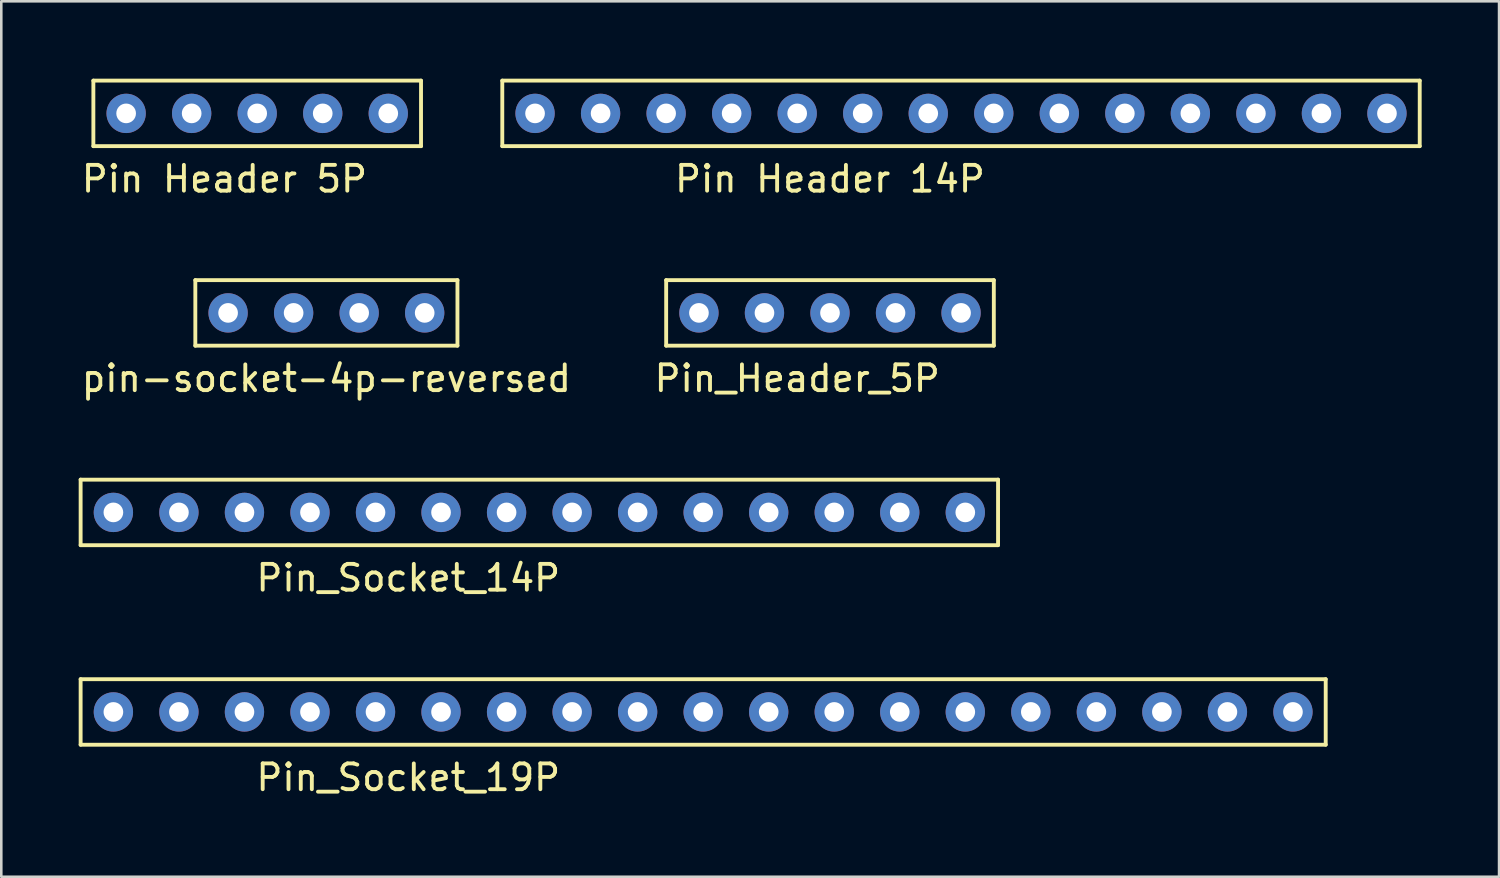
<source format=kicad_pcb>
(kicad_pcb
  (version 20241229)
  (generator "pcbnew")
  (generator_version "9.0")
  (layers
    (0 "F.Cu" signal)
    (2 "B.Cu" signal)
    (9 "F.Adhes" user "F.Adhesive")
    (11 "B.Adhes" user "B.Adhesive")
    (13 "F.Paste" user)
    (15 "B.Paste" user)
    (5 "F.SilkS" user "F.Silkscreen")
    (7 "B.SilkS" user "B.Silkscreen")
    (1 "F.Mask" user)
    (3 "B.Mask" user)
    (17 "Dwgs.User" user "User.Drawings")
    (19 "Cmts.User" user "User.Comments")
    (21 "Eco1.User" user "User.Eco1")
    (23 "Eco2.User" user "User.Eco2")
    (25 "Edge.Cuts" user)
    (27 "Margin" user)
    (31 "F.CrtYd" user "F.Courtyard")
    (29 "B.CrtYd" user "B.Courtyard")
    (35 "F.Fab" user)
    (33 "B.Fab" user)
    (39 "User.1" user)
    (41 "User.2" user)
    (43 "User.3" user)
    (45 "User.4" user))
  (footprint "Pin_Socket_19P"
    (layer "F.Cu")
    (at 24.205 24.545)
    (property "Reference" "Pin_Socket_19P" (at -11.43 2.54 0) (layer "F.SilkS") (effects (font (size 1 1) (thickness 0.15))))
    (attr through_hole)
    (fp_line (start -24.13 -1.27) (end -24.13 1.27) (stroke (width 0.15) (type solid)) (layer "F.SilkS"))
    (fp_line (start -24.13 -1.27) (end 24.13 -1.27) (stroke (width 0.15) (type solid)) (layer "F.SilkS"))
    (fp_line (start -24.13 1.27) (end 24.13 1.27) (stroke (width 0.15) (type solid)) (layer "F.SilkS"))
    (fp_line (start 24.13 -1.27) (end 24.13 1.27) (stroke (width 0.15) (type solid)) (layer "F.SilkS"))
    (pad "1" thru_hole circle (at -22.86 0) (size 1.524 1.524) (drill 0.762) (layers "*.Cu" "*.Mask"))
    (pad "2" thru_hole circle (at -20.32 0) (size 1.524 1.524) (drill 0.762) (layers "*.Cu" "*.Mask"))
    (pad "3" thru_hole circle (at -17.78 0) (size 1.524 1.524) (drill 0.762) (layers "*.Cu" "*.Mask"))
    (pad "4" thru_hole circle (at -15.24 0) (size 1.524 1.524) (drill 0.762) (layers "*.Cu" "*.Mask"))
    (pad "5" thru_hole circle (at -12.7 0) (size 1.524 1.524) (drill 0.762) (layers "*.Cu" "*.Mask"))
    (pad "6" thru_hole circle (at -10.16 0) (size 1.524 1.524) (drill 0.762) (layers "*.Cu" "*.Mask"))
    (pad "7" thru_hole circle (at -7.62 0) (size 1.524 1.524) (drill 0.762) (layers "*.Cu" "*.Mask"))
    (pad "8" thru_hole circle (at -5.08 0) (size 1.524 1.524) (drill 0.762) (layers "*.Cu" "*.Mask"))
    (pad "9" thru_hole circle (at -2.54 0) (size 1.524 1.524) (drill 0.762) (layers "*.Cu" "*.Mask"))
    (pad "10" thru_hole circle (at 0 0) (size 1.524 1.524) (drill 0.762) (layers "*.Cu" "*.Mask"))
    (pad "11" thru_hole circle (at 2.54 0) (size 1.524 1.524) (drill 0.762) (layers "*.Cu" "*.Mask"))
    (pad "12" thru_hole circle (at 5.08 0) (size 1.524 1.524) (drill 0.762) (layers "*.Cu" "*.Mask"))
    (pad "13" thru_hole circle (at 7.62 0) (size 1.524 1.524) (drill 0.762) (layers "*.Cu" "*.Mask"))
    (pad "14" thru_hole circle (at 10.16 0) (size 1.524 1.524) (drill 0.762) (layers "*.Cu" "*.Mask"))
    (pad "15" thru_hole circle (at 12.7 0) (size 1.524 1.524) (drill 0.762) (layers "*.Cu" "*.Mask"))
    (pad "16" thru_hole circle (at 15.24 0) (size 1.524 1.524) (drill 0.762) (layers "*.Cu" "*.Mask"))
    (pad "17" thru_hole circle (at 17.78 0) (size 1.524 1.524) (drill 0.762) (layers "*.Cu" "*.Mask"))
    (pad "18" thru_hole circle (at 20.32 0) (size 1.524 1.524) (drill 0.762) (layers "*.Cu" "*.Mask"))
    (pad "19" thru_hole circle (at 22.86 0) (size 1.524 1.524) (drill 0.762) (layers "*.Cu" "*.Mask")))
  (footprint "pin-socket-4p-reversed"
    (layer "F.Cu")
    (at 9.601 9.078)
    (property "Reference" "pin-socket-4p-reversed" (at 0 2.54 0) (layer "F.SilkS") (effects (font (size 1 1) (thickness 0.15))))
    (attr through_hole)
    (fp_line (start -5.08 -1.27) (end -5.08 1.27) (stroke (width 0.15) (type solid)) (layer "F.SilkS"))
    (fp_line (start -5.08 1.27) (end 5.08 1.27) (stroke (width 0.15) (type solid)) (layer "F.SilkS"))
    (fp_line (start 5.08 -1.27) (end -5.08 -1.27) (stroke (width 0.15) (type solid)) (layer "F.SilkS"))
    (fp_line (start 5.08 1.27) (end 5.08 -1.27) (stroke (width 0.15) (type solid)) (layer "F.SilkS"))
    (pad "1" thru_hole circle (at 3.81 0) (size 1.524 1.524) (drill 0.762) (layers "*.Cu" "*.Mask"))
    (pad "2" thru_hole circle (at 1.27 0) (size 1.524 1.524) (drill 0.762) (layers "*.Cu" "*.Mask"))
    (pad "3" thru_hole circle (at -1.27 0) (size 1.524 1.524) (drill 0.762) (layers "*.Cu" "*.Mask"))
    (pad "4" thru_hole circle (at -3.81 0) (size 1.524 1.524) (drill 0.762) (layers "*.Cu" "*.Mask")))
  (footprint "Pin Header 5P"
    (layer "F.Cu")
    (at 6.919 1.345)
    (property "Reference" "Pin Header 5P" (at -1.27 2.54 0) (layer "F.SilkS") (effects (font (size 1 1) (thickness 0.15))))
    (attr through_hole)
    (fp_line (start -6.35 -1.27) (end -6.35 1.27) (stroke (width 0.15) (type solid)) (layer "F.SilkS"))
    (fp_line (start -6.35 -1.27) (end 6.35 -1.27) (stroke (width 0.15) (type solid)) (layer "F.SilkS"))
    (fp_line (start 6.35 -1.27) (end 6.35 1.27) (stroke (width 0.15) (type solid)) (layer "F.SilkS"))
    (fp_line (start 6.35 1.27) (end -6.35 1.27) (stroke (width 0.15) (type solid)) (layer "F.SilkS"))
    (pad "1" thru_hole circle (at -5.08 0) (size 1.524 1.524) (drill 0.762) (layers "*.Cu" "*.Mask"))
    (pad "2" thru_hole circle (at -2.54 0) (size 1.524 1.524) (drill 0.762) (layers "*.Cu" "*.Mask"))
    (pad "3" thru_hole circle (at 0 0) (size 1.524 1.524) (drill 0.762) (layers "*.Cu" "*.Mask"))
    (pad "4" thru_hole circle (at 2.54 0) (size 1.524 1.524) (drill 0.762) (layers "*.Cu" "*.Mask"))
    (pad "5" thru_hole circle (at 5.08 0) (size 1.524 1.524) (drill 0.762) (layers "*.Cu" "*.Mask")))
  (footprint "Pin_Header_5P"
    (layer "F.Cu")
    (at 29.121 9.078)
    (property "Reference" "Pin_Header_5P" (at -1.27 2.54 0) (layer "F.SilkS") (effects (font (size 1 1) (thickness 0.15))))
    (attr through_hole)
    (fp_line (start -6.35 -1.27) (end -6.35 1.27) (stroke (width 0.15) (type solid)) (layer "F.SilkS"))
    (fp_line (start -6.35 -1.27) (end 6.35 -1.27) (stroke (width 0.15) (type solid)) (layer "F.SilkS"))
    (fp_line (start 6.35 -1.27) (end 6.35 1.27) (stroke (width 0.15) (type solid)) (layer "F.SilkS"))
    (fp_line (start 6.35 1.27) (end -6.35 1.27) (stroke (width 0.15) (type solid)) (layer "F.SilkS"))
    (pad "1" thru_hole circle (at -5.08 0) (size 1.524 1.524) (drill 0.762) (layers "*.Cu" "*.Mask"))
    (pad "2" thru_hole circle (at -2.54 0) (size 1.524 1.524) (drill 0.762) (layers "*.Cu" "*.Mask"))
    (pad "3" thru_hole circle (at 0 0) (size 1.524 1.524) (drill 0.762) (layers "*.Cu" "*.Mask"))
    (pad "4" thru_hole circle (at 2.54 0) (size 1.524 1.524) (drill 0.762) (layers "*.Cu" "*.Mask"))
    (pad "5" thru_hole circle (at 5.08 0) (size 1.524 1.524) (drill 0.762) (layers "*.Cu" "*.Mask")))
  (footprint "Pin Header 14P"
    (layer "F.Cu")
    (at 34.199 1.345)
    (property "Reference" "Pin Header 14P" (at -5.08 2.54 0) (layer "F.SilkS") (effects (font (size 1 1) (thickness 0.15))))
    (attr through_hole)
    (fp_line (start -17.78 -1.27) (end -17.78 1.27) (stroke (width 0.15) (type solid)) (layer "F.SilkS"))
    (fp_line (start -17.78 -1.27) (end 17.78 -1.27) (stroke (width 0.15) (type solid)) (layer "F.SilkS"))
    (fp_line (start 17.78 -1.27) (end 17.78 1.27) (stroke (width 0.15) (type solid)) (layer "F.SilkS"))
    (fp_line (start 17.78 1.27) (end -17.78 1.27) (stroke (width 0.15) (type solid)) (layer "F.SilkS"))
    (pad "1" thru_hole circle (at -16.51 0) (size 1.524 1.524) (drill 0.762) (layers "*.Cu" "*.Mask"))
    (pad "2" thru_hole circle (at -13.97 0) (size 1.524 1.524) (drill 0.762) (layers "*.Cu" "*.Mask"))
    (pad "3" thru_hole circle (at -11.43 0) (size 1.524 1.524) (drill 0.762) (layers "*.Cu" "*.Mask"))
    (pad "4" thru_hole circle (at -8.89 0) (size 1.524 1.524) (drill 0.762) (layers "*.Cu" "*.Mask"))
    (pad "5" thru_hole circle (at -6.35 0) (size 1.524 1.524) (drill 0.762) (layers "*.Cu" "*.Mask"))
    (pad "6" thru_hole circle (at -3.81 0) (size 1.524 1.524) (drill 0.762) (layers "*.Cu" "*.Mask"))
    (pad "7" thru_hole circle (at -1.27 0) (size 1.524 1.524) (drill 0.762) (layers "*.Cu" "*.Mask"))
    (pad "8" thru_hole circle (at 1.27 0) (size 1.524 1.524) (drill 0.762) (layers "*.Cu" "*.Mask"))
    (pad "9" thru_hole circle (at 3.81 0) (size 1.524 1.524) (drill 0.762) (layers "*.Cu" "*.Mask"))
    (pad "10" thru_hole circle (at 6.35 0) (size 1.524 1.524) (drill 0.762) (layers "*.Cu" "*.Mask"))
    (pad "11" thru_hole circle (at 8.89 0) (size 1.524 1.524) (drill 0.762) (layers "*.Cu" "*.Mask"))
    (pad "12" thru_hole circle (at 11.43 0) (size 1.524 1.524) (drill 0.762) (layers "*.Cu" "*.Mask"))
    (pad "13" thru_hole circle (at 13.97 0) (size 1.524 1.524) (drill 0.762) (layers "*.Cu" "*.Mask"))
    (pad "14" thru_hole circle (at 16.51 0) (size 1.524 1.524) (drill 0.762) (layers "*.Cu" "*.Mask")))
  (footprint "Pin_Socket_14P"
    (layer "F.Cu")
    (at 17.855 16.811)
    (property "Reference" "Pin_Socket_14P" (at -5.08 2.54 0) (layer "F.SilkS") (effects (font (size 1 1) (thickness 0.15))))
    (attr through_hole)
    (fp_line (start -17.78 -1.27) (end -17.78 1.27) (stroke (width 0.15) (type solid)) (layer "F.SilkS"))
    (fp_line (start -17.78 -1.27) (end 17.78 -1.27) (stroke (width 0.15) (type solid)) (layer "F.SilkS"))
    (fp_line (start 17.78 -1.27) (end 17.78 1.27) (stroke (width 0.15) (type solid)) (layer "F.SilkS"))
    (fp_line (start 17.78 1.27) (end -17.78 1.27) (stroke (width 0.15) (type solid)) (layer "F.SilkS"))
    (pad "1" thru_hole circle (at -16.51 0) (size 1.524 1.524) (drill 0.762) (layers "*.Cu" "*.Mask"))
    (pad "2" thru_hole circle (at -13.97 0) (size 1.524 1.524) (drill 0.762) (layers "*.Cu" "*.Mask"))
    (pad "3" thru_hole circle (at -11.43 0) (size 1.524 1.524) (drill 0.762) (layers "*.Cu" "*.Mask"))
    (pad "4" thru_hole circle (at -8.89 0) (size 1.524 1.524) (drill 0.762) (layers "*.Cu" "*.Mask"))
    (pad "5" thru_hole circle (at -6.35 0) (size 1.524 1.524) (drill 0.762) (layers "*.Cu" "*.Mask"))
    (pad "6" thru_hole circle (at -3.81 0) (size 1.524 1.524) (drill 0.762) (layers "*.Cu" "*.Mask"))
    (pad "7" thru_hole circle (at -1.27 0) (size 1.524 1.524) (drill 0.762) (layers "*.Cu" "*.Mask"))
    (pad "8" thru_hole circle (at 1.27 0) (size 1.524 1.524) (drill 0.762) (layers "*.Cu" "*.Mask"))
    (pad "9" thru_hole circle (at 3.81 0) (size 1.524 1.524) (drill 0.762) (layers "*.Cu" "*.Mask"))
    (pad "10" thru_hole circle (at 6.35 0) (size 1.524 1.524) (drill 0.762) (layers "*.Cu" "*.Mask"))
    (pad "11" thru_hole circle (at 8.89 0) (size 1.524 1.524) (drill 0.762) (layers "*.Cu" "*.Mask"))
    (pad "12" thru_hole circle (at 11.43 0) (size 1.524 1.524) (drill 0.762) (layers "*.Cu" "*.Mask"))
    (pad "13" thru_hole circle (at 13.97 0) (size 1.524 1.524) (drill 0.762) (layers "*.Cu" "*.Mask"))
    (pad "14" thru_hole circle (at 16.51 0) (size 1.524 1.524) (drill 0.762) (layers "*.Cu" "*.Mask")))
  (gr_rect
    (start -3 -3)
    (end 55.054 30.933)
    (stroke (width 0.1) (type default))
    (fill no)
    (layer "Edge.Cuts")))
</source>
